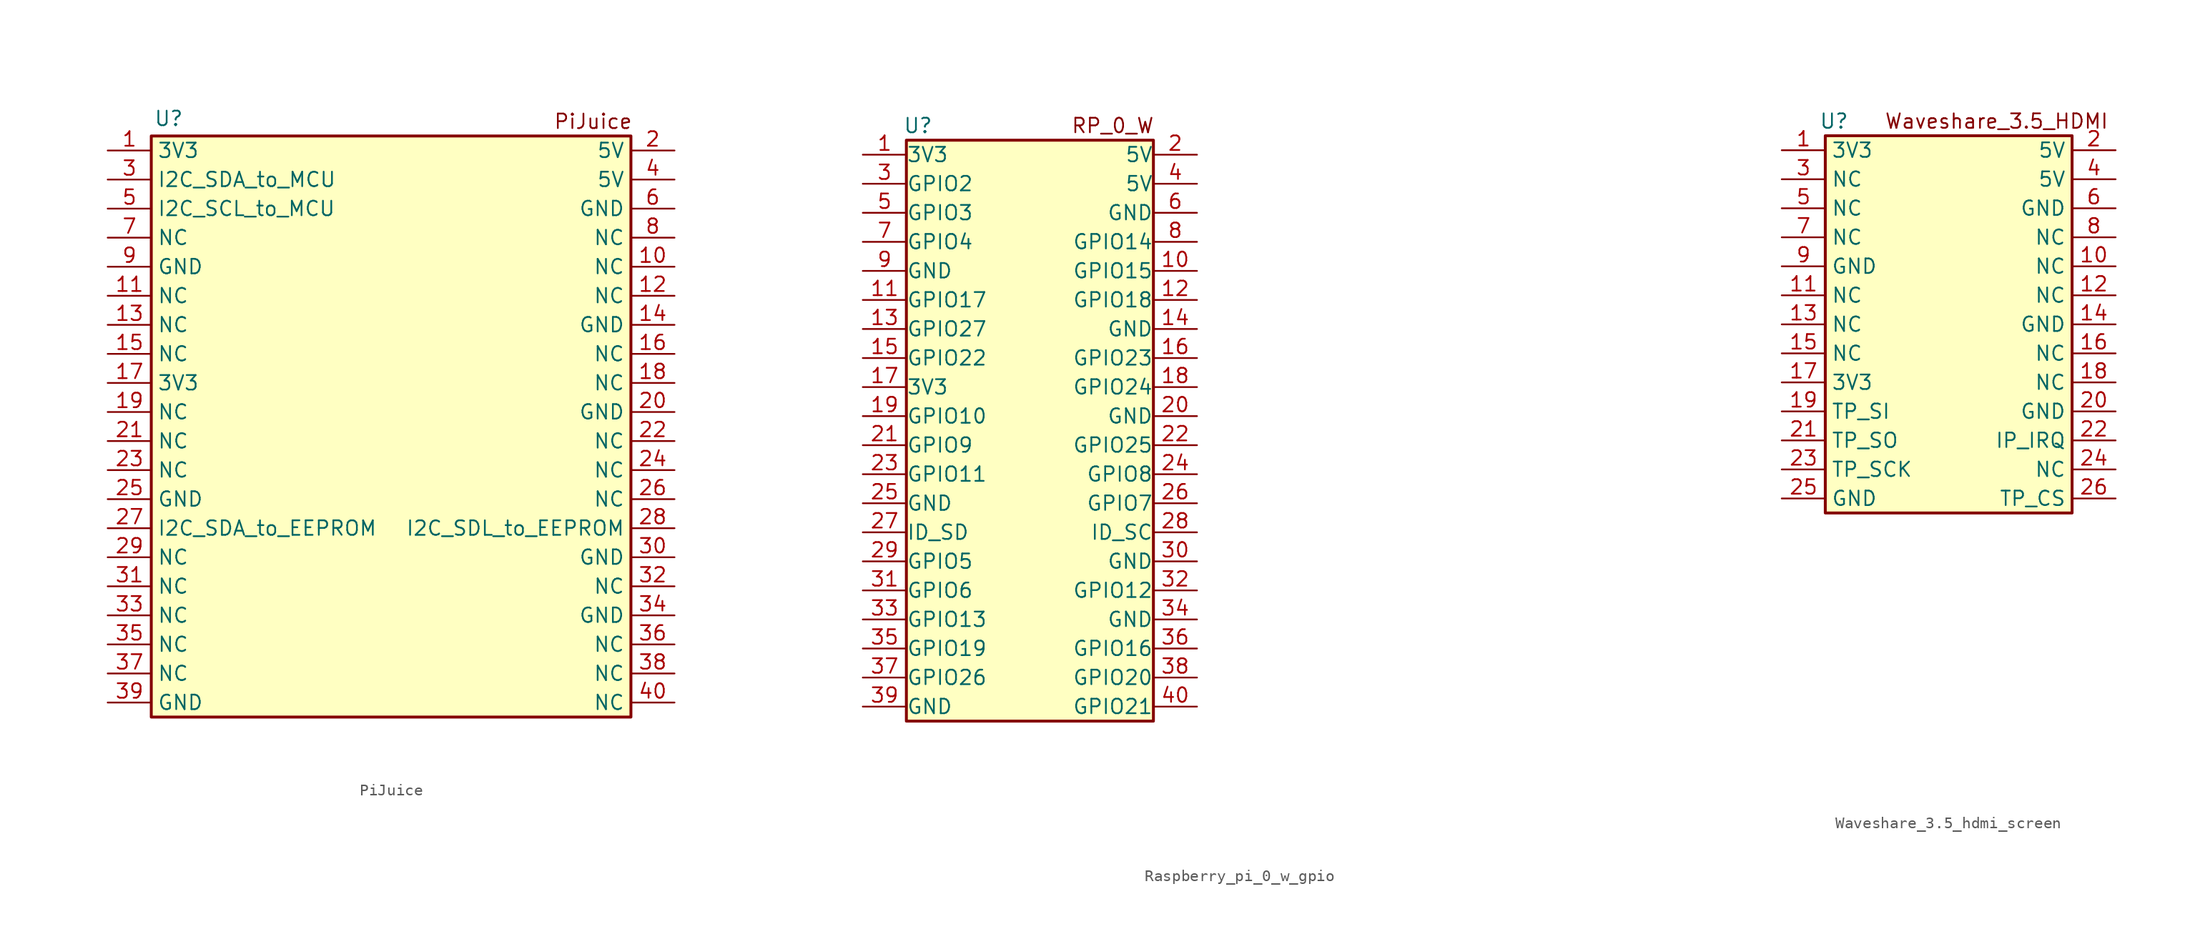
<source format=kicad_sym>
(kicad_symbol_lib
  (version 20241209)
  (generator "kicad_symbol_editor")
  (generator_version "9.0")
  (symbol "PiJuice"
    (property "Reference" "U"
      (at -18.796 28.194 0)
      (effects (font (size 1.27 1.27))))
    (property "Value" ""
      (at 0 0 0)
      (effects (font (size 1.27 1.27))))
    (symbol "PiJuice_1_1"
      (rectangle (start -20.32 26.67) (end 21.59 -24.13) (stroke (width 0.254) (type default)) (fill (type background)))
      (text "PiJuice\n" (at 18.288 27.94 0) (effects (font (size 1.27 1.27))))
      (pin power_out line (at -24.13 25.4 0) (length 3.81) (name "3V3" (effects (font (size 1.27 1.27)))) (number "1" (effects (font (size 1.27 1.27)))))
      (pin passive line (at -24.13 22.86 0) (length 3.81) (name "I2C_SDA_to_MCU" (effects (font (size 1.27 1.27)))) (number "3" (effects (font (size 1.27 1.27)))))
      (pin passive line (at -24.13 20.32 0) (length 3.81) (name "I2C_SCL_to_MCU" (effects (font (size 1.27 1.27)))) (number "5" (effects (font (size 1.27 1.27)))))
      (pin passive line (at -24.13 17.78 0) (length 3.81) (name "NC" (effects (font (size 1.27 1.27)))) (number "7" (effects (font (size 1.27 1.27)))))
      (pin passive line (at -24.13 15.24 0) (length 3.81) (name "GND" (effects (font (size 1.27 1.27)))) (number "9" (effects (font (size 1.27 1.27)))))
      (pin passive line (at -24.13 12.7 0) (length 3.81) (name "NC" (effects (font (size 1.27 1.27)))) (number "11" (effects (font (size 1.27 1.27)))))
      (pin passive line (at -24.13 10.16 0) (length 3.81) (name "NC" (effects (font (size 1.27 1.27)))) (number "13" (effects (font (size 1.27 1.27)))))
      (pin passive line (at -24.13 7.62 0) (length 3.81) (name "NC" (effects (font (size 1.27 1.27)))) (number "15" (effects (font (size 1.27 1.27)))))
      (pin power_out line (at -24.13 5.08 0) (length 3.81) (name "3V3" (effects (font (size 1.27 1.27)))) (number "17" (effects (font (size 1.27 1.27)))))
      (pin passive line (at -24.13 2.54 0) (length 3.81) (name "NC" (effects (font (size 1.27 1.27)))) (number "19" (effects (font (size 1.27 1.27)))))
      (pin passive line (at -24.13 0 0) (length 3.81) (name "NC" (effects (font (size 1.27 1.27)))) (number "21" (effects (font (size 1.27 1.27)))))
      (pin passive line (at -24.13 -2.54 0) (length 3.81) (name "NC" (effects (font (size 1.27 1.27)))) (number "23" (effects (font (size 1.27 1.27)))))
      (pin passive line (at -24.13 -5.08 0) (length 3.81) (name "GND" (effects (font (size 1.27 1.27)))) (number "25" (effects (font (size 1.27 1.27)))))
      (pin passive line (at -24.13 -7.62 0) (length 3.81) (name "I2C_SDA_to_EEPROM" (effects (font (size 1.27 1.27)))) (number "27" (effects (font (size 1.27 1.27)))))
      (pin passive line (at -24.13 -10.16 0) (length 3.81) (name "NC" (effects (font (size 1.27 1.27)))) (number "29" (effects (font (size 1.27 1.27)))))
      (pin passive line (at -24.13 -12.7 0) (length 3.81) (name "NC" (effects (font (size 1.27 1.27)))) (number "31" (effects (font (size 1.27 1.27)))))
      (pin passive line (at -24.13 -15.24 0) (length 3.81) (name "NC" (effects (font (size 1.27 1.27)))) (number "33" (effects (font (size 1.27 1.27)))))
      (pin passive line (at -24.13 -17.78 0) (length 3.81) (name "NC" (effects (font (size 1.27 1.27)))) (number "35" (effects (font (size 1.27 1.27)))))
      (pin passive line (at -24.13 -20.32 0) (length 3.81) (name "NC" (effects (font (size 1.27 1.27)))) (number "37" (effects (font (size 1.27 1.27)))))
      (pin passive line (at -24.13 -22.86 0) (length 3.81) (name "GND" (effects (font (size 1.27 1.27)))) (number "39" (effects (font (size 1.27 1.27)))))
      (pin power_out line (at 25.4 25.4 180) (length 3.81) (name "5V" (effects (font (size 1.27 1.27)))) (number "2" (effects (font (size 1.27 1.27)))))
      (pin power_out line (at 25.4 22.86 180) (length 3.81) (name "5V" (effects (font (size 1.27 1.27)))) (number "4" (effects (font (size 1.27 1.27)))))
      (pin passive line (at 25.4 20.32 180) (length 3.81) (name "GND" (effects (font (size 1.27 1.27)))) (number "6" (effects (font (size 1.27 1.27)))))
      (pin passive line (at 25.4 17.78 180) (length 3.81) (name "NC" (effects (font (size 1.27 1.27)))) (number "8" (effects (font (size 1.27 1.27)))))
      (pin passive line (at 25.4 15.24 180) (length 3.81) (name "NC" (effects (font (size 1.27 1.27)))) (number "10" (effects (font (size 1.27 1.27)))))
      (pin passive line (at 25.4 12.7 180) (length 3.81) (name "NC" (effects (font (size 1.27 1.27)))) (number "12" (effects (font (size 1.27 1.27)))))
      (pin passive line (at 25.4 10.16 180) (length 3.81) (name "GND" (effects (font (size 1.27 1.27)))) (number "14" (effects (font (size 1.27 1.27)))))
      (pin passive line (at 25.4 7.62 180) (length 3.81) (name "NC" (effects (font (size 1.27 1.27)))) (number "16" (effects (font (size 1.27 1.27)))))
      (pin passive line (at 25.4 5.08 180) (length 3.81) (name "NC" (effects (font (size 1.27 1.27)))) (number "18" (effects (font (size 1.27 1.27)))))
      (pin passive line (at 25.4 2.54 180) (length 3.81) (name "GND" (effects (font (size 1.27 1.27)))) (number "20" (effects (font (size 1.27 1.27)))))
      (pin passive line (at 25.4 0 180) (length 3.81) (name "NC" (effects (font (size 1.27 1.27)))) (number "22" (effects (font (size 1.27 1.27)))))
      (pin passive line (at 25.4 -2.54 180) (length 3.81) (name "NC" (effects (font (size 1.27 1.27)))) (number "24" (effects (font (size 1.27 1.27)))))
      (pin passive line (at 25.4 -5.08 180) (length 3.81) (name "NC" (effects (font (size 1.27 1.27)))) (number "26" (effects (font (size 1.27 1.27)))))
      (pin passive line (at 25.4 -7.62 180) (length 3.81) (name "I2C_SDL_to_EEPROM" (effects (font (size 1.27 1.27)))) (number "28" (effects (font (size 1.27 1.27)))))
      (pin passive line (at 25.4 -10.16 180) (length 3.81) (name "GND" (effects (font (size 1.27 1.27)))) (number "30" (effects (font (size 1.27 1.27)))))
      (pin passive line (at 25.4 -12.7 180) (length 3.81) (name "NC" (effects (font (size 1.27 1.27)))) (number "32" (effects (font (size 1.27 1.27)))))
      (pin passive line (at 25.4 -15.24 180) (length 3.81) (name "GND" (effects (font (size 1.27 1.27)))) (number "34" (effects (font (size 1.27 1.27)))))
      (pin passive line (at 25.4 -17.78 180) (length 3.81) (name "NC" (effects (font (size 1.27 1.27)))) (number "36" (effects (font (size 1.27 1.27)))))
      (pin passive line (at 25.4 -20.32 180) (length 3.81) (name "NC" (effects (font (size 1.27 1.27)))) (number "38" (effects (font (size 1.27 1.27)))))
      (pin passive line (at 25.4 -22.86 180) (length 3.81) (name "NC" (effects (font (size 1.27 1.27)))) (number "40" (effects (font (size 1.27 1.27)))))))
  (symbol "Raspberry_pi_0_w_gpio"
    (pin_names
      (offset 0.002))
    (property "Reference" "U"
      (at -6.604 57.15 0)
      (effects (font (size 1.27 1.27))))
    (property "Value" ""
      (at 54.61 -1.27 0)
      (effects (font (size 1.27 1.27))))
    (symbol "Raspberry_pi_0_w_gpio_1_1"
      (rectangle (start -7.62 55.88) (end 13.97 5.08) (stroke (width 0.254) (type default)) (fill (type background)))
      (text "RP_0_W\n" (at 10.414 57.15 0) (effects (font (size 1.27 1.27))))
      (pin power_out line (at -11.43 54.61 0) (length 3.81) (name "3V3" (effects (font (size 1.27 1.27)))) (number "1" (effects (font (size 1.27 1.27)))))
      (pin passive line (at -11.43 52.07 0) (length 3.81) (name "GPIO2" (effects (font (size 1.27 1.27)))) (number "3" (effects (font (size 1.27 1.27)))))
      (pin passive line (at -11.43 49.53 0) (length 3.81) (name "GPIO3" (effects (font (size 1.27 1.27)))) (number "5" (effects (font (size 1.27 1.27)))))
      (pin passive line (at -11.43 46.99 0) (length 3.81) (name "GPIO4" (effects (font (size 1.27 1.27)))) (number "7" (effects (font (size 1.27 1.27)))))
      (pin passive line (at -11.43 44.45 0) (length 3.81) (name "GND" (effects (font (size 1.27 1.27)))) (number "9" (effects (font (size 1.27 1.27)))))
      (pin passive line (at -11.43 41.91 0) (length 3.81) (name "GPIO17" (effects (font (size 1.27 1.27)))) (number "11" (effects (font (size 1.27 1.27)))))
      (pin passive line (at -11.43 39.37 0) (length 3.81) (name "GPIO27" (effects (font (size 1.27 1.27)))) (number "13" (effects (font (size 1.27 1.27)))))
      (pin passive line (at -11.43 36.83 0) (length 3.81) (name "GPIO22" (effects (font (size 1.27 1.27)))) (number "15" (effects (font (size 1.27 1.27)))))
      (pin power_out line (at -11.43 34.29 0) (length 3.81) (name "3V3" (effects (font (size 1.27 1.27)))) (number "17" (effects (font (size 1.27 1.27)))))
      (pin passive line (at -11.43 31.75 0) (length 3.81) (name "GPIO10" (effects (font (size 1.27 1.27)))) (number "19" (effects (font (size 1.27 1.27)))))
      (pin passive line (at -11.43 29.21 0) (length 3.81) (name "GPIO9" (effects (font (size 1.27 1.27)))) (number "21" (effects (font (size 1.27 1.27)))))
      (pin passive line (at -11.43 26.67 0) (length 3.81) (name "GPIO11" (effects (font (size 1.27 1.27)))) (number "23" (effects (font (size 1.27 1.27)))))
      (pin passive line (at -11.43 24.13 0) (length 3.81) (name "GND" (effects (font (size 1.27 1.27)))) (number "25" (effects (font (size 1.27 1.27)))))
      (pin passive line (at -11.43 21.59 0) (length 3.81) (name "ID_SD" (effects (font (size 1.27 1.27)))) (number "27" (effects (font (size 1.27 1.27)))))
      (pin passive line (at -11.43 19.05 0) (length 3.81) (name "GPIO5" (effects (font (size 1.27 1.27)))) (number "29" (effects (font (size 1.27 1.27)))))
      (pin passive line (at -11.43 16.51 0) (length 3.81) (name "GPIO6" (effects (font (size 1.27 1.27)))) (number "31" (effects (font (size 1.27 1.27)))))
      (pin passive line (at -11.43 13.97 0) (length 3.81) (name "GPIO13" (effects (font (size 1.27 1.27)))) (number "33" (effects (font (size 1.27 1.27)))))
      (pin passive line (at -11.43 11.43 0) (length 3.81) (name "GPIO19" (effects (font (size 1.27 1.27)))) (number "35" (effects (font (size 1.27 1.27)))))
      (pin passive line (at -11.43 8.89 0) (length 3.81) (name "GPIO26" (effects (font (size 1.27 1.27)))) (number "37" (effects (font (size 1.27 1.27)))))
      (pin passive line (at -11.43 6.35 0) (length 3.81) (name "GND" (effects (font (size 1.27 1.27)))) (number "39" (effects (font (size 1.27 1.27)))))
      (pin power_out line (at 17.78 54.61 180) (length 3.81) (name "5V" (effects (font (size 1.27 1.27)))) (number "2" (effects (font (size 1.27 1.27)))))
      (pin power_out line (at 17.78 52.07 180) (length 3.81) (name "5V" (effects (font (size 1.27 1.27)))) (number "4" (effects (font (size 1.27 1.27)))))
      (pin passive line (at 17.78 49.53 180) (length 3.81) (name "GND" (effects (font (size 1.27 1.27)))) (number "6" (effects (font (size 1.27 1.27)))))
      (pin passive line (at 17.78 46.99 180) (length 3.81) (name "GPIO14" (effects (font (size 1.27 1.27)))) (number "8" (effects (font (size 1.27 1.27)))))
      (pin passive line (at 17.78 44.45 180) (length 3.81) (name "GPIO15" (effects (font (size 1.27 1.27)))) (number "10" (effects (font (size 1.27 1.27)))))
      (pin passive line (at 17.78 41.91 180) (length 3.81) (name "GPIO18" (effects (font (size 1.27 1.27)))) (number "12" (effects (font (size 1.27 1.27)))))
      (pin passive line (at 17.78 39.37 180) (length 3.81) (name "GND" (effects (font (size 1.27 1.27)))) (number "14" (effects (font (size 1.27 1.27)))))
      (pin passive line (at 17.78 36.83 180) (length 3.81) (name "GPIO23" (effects (font (size 1.27 1.27)))) (number "16" (effects (font (size 1.27 1.27)))))
      (pin passive line (at 17.78 34.29 180) (length 3.81) (name "GPIO24" (effects (font (size 1.27 1.27)))) (number "18" (effects (font (size 1.27 1.27)))))
      (pin passive line (at 17.78 31.75 180) (length 3.81) (name "GND" (effects (font (size 1.27 1.27)))) (number "20" (effects (font (size 1.27 1.27)))))
      (pin passive line (at 17.78 29.21 180) (length 3.81) (name "GPIO25" (effects (font (size 1.27 1.27)))) (number "22" (effects (font (size 1.27 1.27)))))
      (pin passive line (at 17.78 26.67 180) (length 3.81) (name "GPIO8" (effects (font (size 1.27 1.27)))) (number "24" (effects (font (size 1.27 1.27)))))
      (pin passive line (at 17.78 24.13 180) (length 3.81) (name "GPIO7" (effects (font (size 1.27 1.27)))) (number "26" (effects (font (size 1.27 1.27)))))
      (pin passive line (at 17.78 21.59 180) (length 3.81) (name "ID_SC" (effects (font (size 1.27 1.27)))) (number "28" (effects (font (size 1.27 1.27)))))
      (pin passive line (at 17.78 19.05 180) (length 3.81) (name "GND" (effects (font (size 1.27 1.27)))) (number "30" (effects (font (size 1.27 1.27)))))
      (pin passive line (at 17.78 16.51 180) (length 3.81) (name "GPIO12" (effects (font (size 1.27 1.27)))) (number "32" (effects (font (size 1.27 1.27)))))
      (pin passive line (at 17.78 13.97 180) (length 3.81) (name "GND" (effects (font (size 1.27 1.27)))) (number "34" (effects (font (size 1.27 1.27)))))
      (pin passive line (at 17.78 11.43 180) (length 3.81) (name "GPIO16" (effects (font (size 1.27 1.27)))) (number "36" (effects (font (size 1.27 1.27)))))
      (pin passive line (at 17.78 8.89 180) (length 3.81) (name "GPIO20" (effects (font (size 1.27 1.27)))) (number "38" (effects (font (size 1.27 1.27)))))
      (pin passive line (at 17.78 6.35 180) (length 3.81) (name "GPIO21" (effects (font (size 1.27 1.27)))) (number "40" (effects (font (size 1.27 1.27)))))))
  (symbol "Waveshare_3.5_hdmi_screen"
    (property "Reference" "U"
      (at -5.588 54.61 0)
      (effects (font (size 1.27 1.27))))
    (property "Value" ""
      (at 0 0 0)
      (effects (font (size 1.27 1.27))))
    (symbol "Waveshare_3.5_hdmi_screen_1_1"
      (rectangle (start -6.35 53.34) (end 15.24 20.32) (stroke (width 0.254) (type default)) (fill (type background)))
      (text "Waveshare_3.5_HDMI\n" (at 8.636 54.61 0) (effects (font (size 1.27 1.27))))
      (pin power_in line (at -10.16 52.07 0) (length 3.81) (name "3V3" (effects (font (size 1.27 1.27)))) (number "1" (effects (font (size 1.27 1.27)))))
      (pin passive line (at -10.16 49.53 0) (length 3.81) (name "NC" (effects (font (size 1.27 1.27)))) (number "3" (effects (font (size 1.27 1.27)))))
      (pin passive line (at -10.16 46.99 0) (length 3.81) (name "NC" (effects (font (size 1.27 1.27)))) (number "5" (effects (font (size 1.27 1.27)))))
      (pin passive line (at -10.16 44.45 0) (length 3.81) (name "NC" (effects (font (size 1.27 1.27)))) (number "7" (effects (font (size 1.27 1.27)))))
      (pin passive line (at -10.16 41.91 0) (length 3.81) (name "GND" (effects (font (size 1.27 1.27)))) (number "9" (effects (font (size 1.27 1.27)))))
      (pin passive line (at -10.16 39.37 0) (length 3.81) (name "NC" (effects (font (size 1.27 1.27)))) (number "11" (effects (font (size 1.27 1.27)))))
      (pin passive line (at -10.16 36.83 0) (length 3.81) (name "NC" (effects (font (size 1.27 1.27)))) (number "13" (effects (font (size 1.27 1.27)))))
      (pin passive line (at -10.16 34.29 0) (length 3.81) (name "NC" (effects (font (size 1.27 1.27)))) (number "15" (effects (font (size 1.27 1.27)))))
      (pin power_in line (at -10.16 31.75 0) (length 3.81) (name "3V3" (effects (font (size 1.27 1.27)))) (number "17" (effects (font (size 1.27 1.27)))))
      (pin passive line (at -10.16 29.21 0) (length 3.81) (name "TP_SI" (effects (font (size 1.27 1.27)))) (number "19" (effects (font (size 1.27 1.27)))))
      (pin passive line (at -10.16 26.67 0) (length 3.81) (name "TP_SO" (effects (font (size 1.27 1.27)))) (number "21" (effects (font (size 1.27 1.27)))))
      (pin passive line (at -10.16 24.13 0) (length 3.81) (name "TP_SCK" (effects (font (size 1.27 1.27)))) (number "23" (effects (font (size 1.27 1.27)))))
      (pin passive line (at -10.16 21.59 0) (length 3.81) (name "GND" (effects (font (size 1.27 1.27)))) (number "25" (effects (font (size 1.27 1.27)))))
      (pin power_in line (at 19.05 52.07 180) (length 3.81) (name "5V" (effects (font (size 1.27 1.27)))) (number "2" (effects (font (size 1.27 1.27)))))
      (pin power_in line (at 19.05 49.53 180) (length 3.81) (name "5V" (effects (font (size 1.27 1.27)))) (number "4" (effects (font (size 1.27 1.27)))))
      (pin passive line (at 19.05 46.99 180) (length 3.81) (name "GND" (effects (font (size 1.27 1.27)))) (number "6" (effects (font (size 1.27 1.27)))))
      (pin passive line (at 19.05 44.45 180) (length 3.81) (name "NC" (effects (font (size 1.27 1.27)))) (number "8" (effects (font (size 1.27 1.27)))))
      (pin passive line (at 19.05 41.91 180) (length 3.81) (name "NC" (effects (font (size 1.27 1.27)))) (number "10" (effects (font (size 1.27 1.27)))))
      (pin passive line (at 19.05 39.37 180) (length 3.81) (name "NC" (effects (font (size 1.27 1.27)))) (number "12" (effects (font (size 1.27 1.27)))))
      (pin passive line (at 19.05 36.83 180) (length 3.81) (name "GND" (effects (font (size 1.27 1.27)))) (number "14" (effects (font (size 1.27 1.27)))))
      (pin passive line (at 19.05 34.29 180) (length 3.81) (name "NC" (effects (font (size 1.27 1.27)))) (number "16" (effects (font (size 1.27 1.27)))))
      (pin passive line (at 19.05 31.75 180) (length 3.81) (name "NC" (effects (font (size 1.27 1.27)))) (number "18" (effects (font (size 1.27 1.27)))))
      (pin passive line (at 19.05 29.21 180) (length 3.81) (name "GND" (effects (font (size 1.27 1.27)))) (number "20" (effects (font (size 1.27 1.27)))))
      (pin passive line (at 19.05 26.67 180) (length 3.81) (name "IP_IRQ" (effects (font (size 1.27 1.27)))) (number "22" (effects (font (size 1.27 1.27)))))
      (pin passive line (at 19.05 24.13 180) (length 3.81) (name "NC" (effects (font (size 1.27 1.27)))) (number "24" (effects (font (size 1.27 1.27)))))
      (pin passive line (at 19.05 21.59 180) (length 3.81) (name "TP_CS" (effects (font (size 1.27 1.27)))) (number "26" (effects (font (size 1.27 1.27))))))))
</source>
